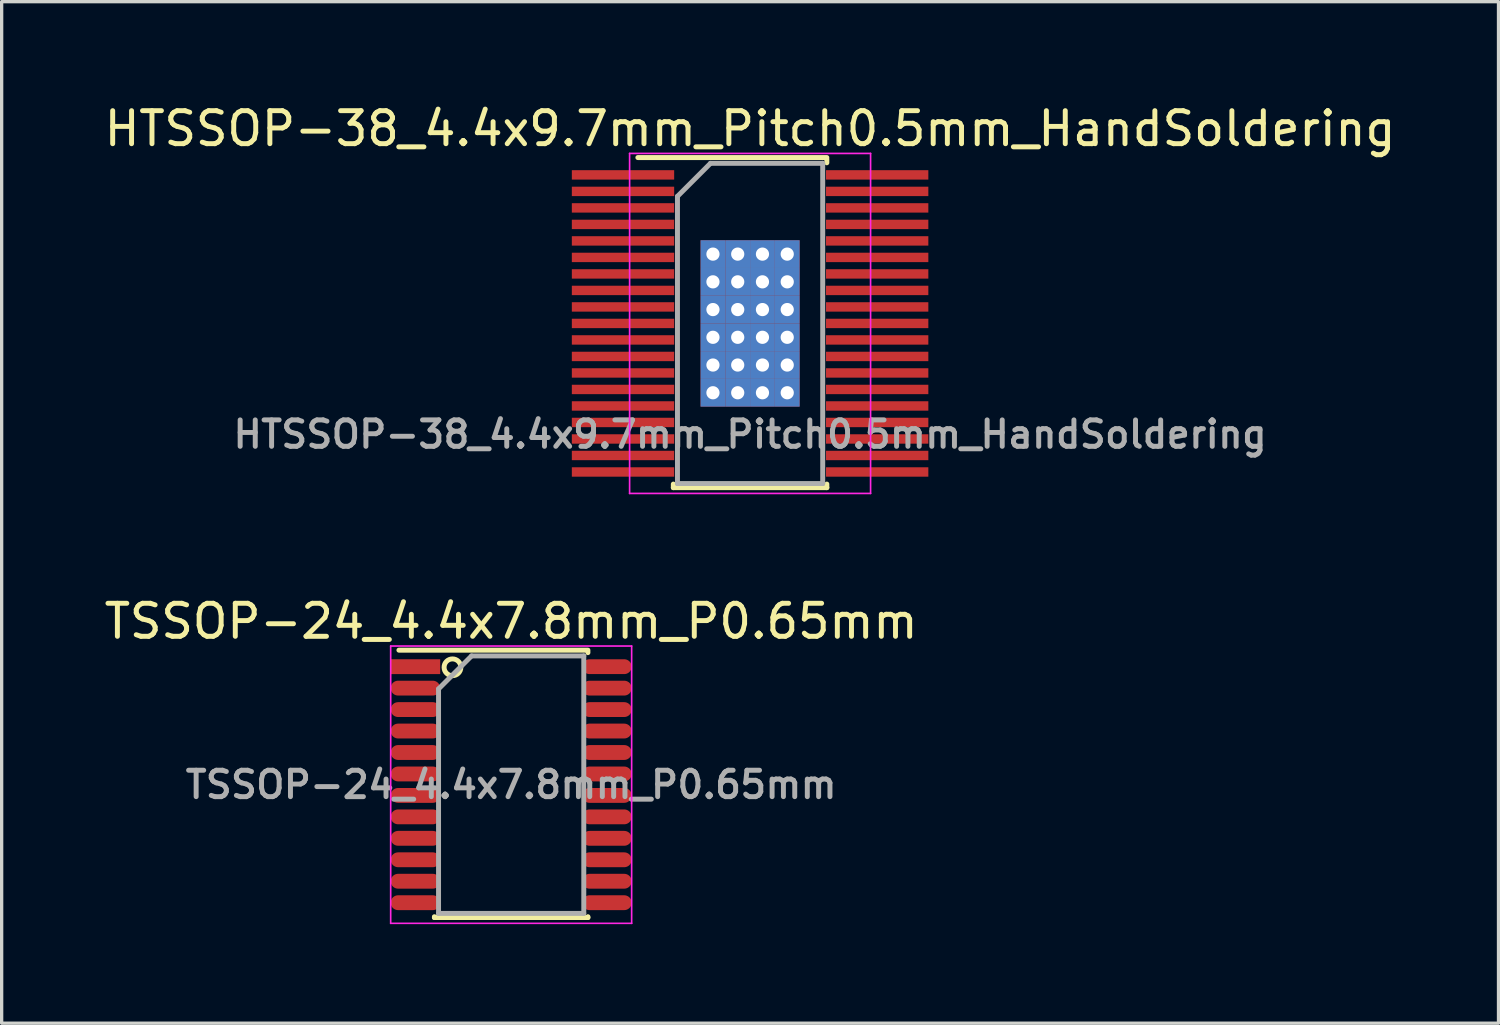
<source format=kicad_pcb>
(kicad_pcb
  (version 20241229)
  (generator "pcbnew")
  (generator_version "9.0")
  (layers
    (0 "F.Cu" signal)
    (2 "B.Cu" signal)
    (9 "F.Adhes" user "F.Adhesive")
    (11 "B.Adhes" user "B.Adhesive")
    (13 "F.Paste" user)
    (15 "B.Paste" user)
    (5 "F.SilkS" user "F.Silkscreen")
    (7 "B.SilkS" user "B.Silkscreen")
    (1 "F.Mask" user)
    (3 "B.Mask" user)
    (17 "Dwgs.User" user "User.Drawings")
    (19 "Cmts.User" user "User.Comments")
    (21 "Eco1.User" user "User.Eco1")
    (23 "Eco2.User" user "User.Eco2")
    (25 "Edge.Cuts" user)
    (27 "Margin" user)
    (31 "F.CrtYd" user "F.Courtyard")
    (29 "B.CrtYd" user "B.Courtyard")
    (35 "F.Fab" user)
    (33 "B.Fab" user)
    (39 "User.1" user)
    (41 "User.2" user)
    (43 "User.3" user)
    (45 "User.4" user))
  (footprint "HTSSOP-38_4.4x9.7mm_Pitch0.5mm_HandSoldering"
    (layer "F.Cu")
    (at 19.673 6.748)
    (property "Reference" "HTSSOP-38_4.4x9.7mm_Pitch0.5mm_HandSoldering" (at 0 -5.9 0) (layer "F.SilkS") (effects (font (size 1 1) (thickness 0.15))))
    (attr smd)
    (fp_line (start -3.4 -5.025) (end 2.325 -5.025) (stroke (width 0.15) (type solid)) (layer "F.SilkS"))
    (fp_line (start -2.325 4.975) (end -2.325 4.867) (stroke (width 0.15) (type solid)) (layer "F.SilkS"))
    (fp_line (start -2.325 4.975) (end 2.325 4.975) (stroke (width 0.15) (type solid)) (layer "F.SilkS"))
    (fp_line (start 2.325 -4.975) (end 2.325 -4.867) (stroke (width 0.15) (type solid)) (layer "F.SilkS"))
    (fp_line (start 2.325 4.975) (end 2.325 4.867) (stroke (width 0.15) (type solid)) (layer "F.SilkS"))
    (fp_line (start -3.65 -5.15) (end -3.65 5.15) (stroke (width 0.05) (type solid)) (layer "F.CrtYd"))
    (fp_line (start -3.65 -5.15) (end 3.65 -5.15) (stroke (width 0.05) (type solid)) (layer "F.CrtYd"))
    (fp_line (start -3.65 5.15) (end 3.65 5.15) (stroke (width 0.05) (type solid)) (layer "F.CrtYd"))
    (fp_line (start 3.65 -5.15) (end 3.65 5.15) (stroke (width 0.05) (type solid)) (layer "F.CrtYd"))
    (fp_line (start -2.2 -3.85) (end -1.2 -4.85) (stroke (width 0.15) (type solid)) (layer "F.Fab"))
    (fp_line (start -2.2 4.85) (end -2.2 -3.85) (stroke (width 0.15) (type solid)) (layer "F.Fab"))
    (fp_line (start -1.2 -4.85) (end 2.2 -4.85) (stroke (width 0.15) (type solid)) (layer "F.Fab"))
    (fp_line (start 2.2 -4.85) (end 2.2 4.85) (stroke (width 0.15) (type solid)) (layer "F.Fab"))
    (fp_line (start 2.2 4.85) (end -2.2 4.85) (stroke (width 0.15) (type solid)) (layer "F.Fab"))
    (fp_text user "${REFERENCE}" (at 0 3.36 0) (layer "F.Fab") (effects (font (size 0.8 0.8) (thickness 0.15))))
    (pad "1" smd rect (at -3.85 -4.5) (size 3.1 0.285) (layers "F.Cu" "F.Mask" "F.Paste"))
    (pad "2" smd rect (at -3.85 -4) (size 3.1 0.285) (layers "F.Cu" "F.Mask" "F.Paste"))
    (pad "3" smd rect (at -3.85 -3.5) (size 3.1 0.285) (layers "F.Cu" "F.Mask" "F.Paste"))
    (pad "4" smd rect (at -3.85 -3) (size 3.1 0.285) (layers "F.Cu" "F.Mask" "F.Paste"))
    (pad "5" smd rect (at -3.85 -2.5) (size 3.1 0.285) (layers "F.Cu" "F.Mask" "F.Paste"))
    (pad "6" smd rect (at -3.85 -2) (size 3.1 0.285) (layers "F.Cu" "F.Mask" "F.Paste"))
    (pad "7" smd rect (at -3.85 -1.5) (size 3.1 0.285) (layers "F.Cu" "F.Mask" "F.Paste"))
    (pad "8" smd rect (at -3.85 -1) (size 3.1 0.285) (layers "F.Cu" "F.Mask" "F.Paste"))
    (pad "9" smd rect (at -3.85 -0.5) (size 3.1 0.285) (layers "F.Cu" "F.Mask" "F.Paste"))
    (pad "10" smd rect (at -3.85 0) (size 3.1 0.285) (layers "F.Cu" "F.Mask" "F.Paste"))
    (pad "11" smd rect (at -3.85 0.5) (size 3.1 0.285) (layers "F.Cu" "F.Mask" "F.Paste"))
    (pad "12" smd rect (at -3.85 1) (size 3.1 0.285) (layers "F.Cu" "F.Mask" "F.Paste"))
    (pad "13" smd rect (at -3.85 1.5) (size 3.1 0.285) (layers "F.Cu" "F.Mask" "F.Paste"))
    (pad "14" smd rect (at -3.85 2) (size 3.1 0.285) (layers "F.Cu" "F.Mask" "F.Paste"))
    (pad "15" smd rect (at -3.85 2.5) (size 3.1 0.285) (layers "F.Cu" "F.Mask" "F.Paste"))
    (pad "16" smd rect (at -3.85 3) (size 3.1 0.285) (layers "F.Cu" "F.Mask" "F.Paste"))
    (pad "17" smd rect (at -3.85 3.5) (size 3.1 0.285) (layers "F.Cu" "F.Mask" "F.Paste"))
    (pad "18" smd rect (at -3.85 4) (size 3.1 0.285) (layers "F.Cu" "F.Mask" "F.Paste"))
    (pad "19" smd rect (at -3.85 4.5) (size 3.1 0.285) (layers "F.Cu" "F.Mask" "F.Paste"))
    (pad "20" smd rect (at 3.85 4.5) (size 3.1 0.285) (layers "F.Cu" "F.Mask" "F.Paste"))
    (pad "21" smd rect (at 3.85 4) (size 3.1 0.285) (layers "F.Cu" "F.Mask" "F.Paste"))
    (pad "22" smd rect (at 3.85 3.5) (size 3.1 0.285) (layers "F.Cu" "F.Mask" "F.Paste"))
    (pad "23" smd rect (at 3.85 3) (size 3.1 0.285) (layers "F.Cu" "F.Mask" "F.Paste"))
    (pad "24" smd rect (at 3.85 2.5) (size 3.1 0.285) (layers "F.Cu" "F.Mask" "F.Paste"))
    (pad "25" smd rect (at 3.85 2) (size 3.1 0.285) (layers "F.Cu" "F.Mask" "F.Paste"))
    (pad "26" smd rect (at 3.85 1.5) (size 3.1 0.285) (layers "F.Cu" "F.Mask" "F.Paste"))
    (pad "27" smd rect (at 3.85 1) (size 3.1 0.285) (layers "F.Cu" "F.Mask" "F.Paste"))
    (pad "28" smd rect (at 3.85 0.5) (size 3.1 0.285) (layers "F.Cu" "F.Mask" "F.Paste"))
    (pad "29" smd rect (at 3.85 0) (size 3.1 0.285) (layers "F.Cu" "F.Mask" "F.Paste"))
    (pad "30" smd rect (at 3.85 -0.5) (size 3.1 0.285) (layers "F.Cu" "F.Mask" "F.Paste"))
    (pad "31" smd rect (at 3.85 -1) (size 3.1 0.285) (layers "F.Cu" "F.Mask" "F.Paste"))
    (pad "32" smd rect (at 3.85 -1.5) (size 3.1 0.285) (layers "F.Cu" "F.Mask" "F.Paste"))
    (pad "33" smd rect (at 3.85 -2) (size 3.1 0.285) (layers "F.Cu" "F.Mask" "F.Paste"))
    (pad "34" smd rect (at 3.85 -2.5) (size 3.1 0.285) (layers "F.Cu" "F.Mask" "F.Paste"))
    (pad "35" smd rect (at 3.85 -3) (size 3.1 0.285) (layers "F.Cu" "F.Mask" "F.Paste"))
    (pad "36" smd rect (at 3.85 -3.5) (size 3.1 0.285) (layers "F.Cu" "F.Mask" "F.Paste"))
    (pad "37" smd rect (at 3.85 -4) (size 3.1 0.285) (layers "F.Cu" "F.Mask" "F.Paste"))
    (pad "38" smd rect (at 3.85 -4.5) (size 3.1 0.285) (layers "F.Cu" "F.Mask" "F.Paste"))
    (pad "39" thru_hole rect (at -1.125 -2.1) (size 0.75 0.84) (drill 0.4) (layers "*.Cu" "*.Mask"))
    (pad "39" thru_hole rect (at -1.125 -1.26) (size 0.75 0.84) (drill 0.4) (layers "*.Cu" "*.Mask"))
    (pad "39" thru_hole rect (at -1.125 -0.42) (size 0.75 0.84) (drill 0.4) (layers "*.Cu" "*.Mask"))
    (pad "39" thru_hole rect (at -1.125 0.42) (size 0.75 0.84) (drill 0.4) (layers "*.Cu" "*.Mask"))
    (pad "39" thru_hole rect (at -1.125 1.26) (size 0.75 0.84) (drill 0.4) (layers "*.Cu" "*.Mask"))
    (pad "39" thru_hole rect (at -1.125 2.1) (size 0.75 0.84) (drill 0.4) (layers "*.Cu" "*.Mask"))
    (pad "39" thru_hole rect (at -0.375 -2.1) (size 0.75 0.84) (drill 0.4) (layers "*.Cu" "*.Mask"))
    (pad "39" thru_hole rect (at -0.375 -1.26) (size 0.75 0.84) (drill 0.4) (layers "*.Cu" "*.Mask"))
    (pad "39" thru_hole rect (at -0.375 -0.42) (size 0.75 0.84) (drill 0.4) (layers "*.Cu" "*.Mask"))
    (pad "39" thru_hole rect (at -0.375 0.42) (size 0.75 0.84) (drill 0.4) (layers "*.Cu" "*.Mask"))
    (pad "39" thru_hole rect (at -0.375 1.26) (size 0.75 0.84) (drill 0.4) (layers "*.Cu" "*.Mask"))
    (pad "39" thru_hole rect (at -0.375 2.1) (size 0.75 0.84) (drill 0.4) (layers "*.Cu" "*.Mask"))
    (pad "39" thru_hole rect (at 0.375 -2.1) (size 0.75 0.84) (drill 0.4) (layers "*.Cu" "*.Mask"))
    (pad "39" thru_hole rect (at 0.375 -1.26) (size 0.75 0.84) (drill 0.4) (layers "*.Cu" "*.Mask"))
    (pad "39" thru_hole rect (at 0.375 -0.42) (size 0.75 0.84) (drill 0.4) (layers "*.Cu" "*.Mask"))
    (pad "39" thru_hole rect (at 0.375 0.42) (size 0.75 0.84) (drill 0.4) (layers "*.Cu" "*.Mask"))
    (pad "39" thru_hole rect (at 0.375 1.26) (size 0.75 0.84) (drill 0.4) (layers "*.Cu" "*.Mask"))
    (pad "39" thru_hole rect (at 0.375 2.1) (size 0.75 0.84) (drill 0.4) (layers "*.Cu" "*.Mask"))
    (pad "39" thru_hole rect (at 1.125 -2.1) (size 0.75 0.84) (drill 0.4) (layers "*.Cu" "*.Mask"))
    (pad "39" thru_hole rect (at 1.125 -1.26) (size 0.75 0.84) (drill 0.4) (layers "*.Cu" "*.Mask"))
    (pad "39" thru_hole rect (at 1.125 -0.42) (size 0.75 0.84) (drill 0.4) (layers "*.Cu" "*.Mask"))
    (pad "39" thru_hole rect (at 1.125 0.42) (size 0.75 0.84) (drill 0.4) (layers "*.Cu" "*.Mask"))
    (pad "39" thru_hole rect (at 1.125 1.26) (size 0.75 0.84) (drill 0.4) (layers "*.Cu" "*.Mask"))
    (pad "39" thru_hole rect (at 1.125 2.1) (size 0.75 0.84) (drill 0.4) (layers "*.Cu" "*.Mask")))
  (footprint "TSSOP-24_4.4x7.8mm_P0.65mm"
    (layer "F.Cu")
    (at 12.435 20.721)
    (property "Reference" "TSSOP-24_4.4x7.8mm_P0.65mm" (at 0 -4.95 0) (layer "F.SilkS") (effects (font (size 1 1) (thickness 0.15))))
    (attr smd)
    (fp_line (start -3.4 -4.075) (end 2.325 -4.075) (stroke (width 0.15) (type solid)) (layer "F.SilkS"))
    (fp_line (start -2.325 4.025) (end -2.325 4) (stroke (width 0.15) (type solid)) (layer "F.SilkS"))
    (fp_line (start -2.325 4.025) (end 2.325 4.025) (stroke (width 0.15) (type solid)) (layer "F.SilkS"))
    (fp_line (start 2.325 -4.025) (end 2.325 -4) (stroke (width 0.15) (type solid)) (layer "F.SilkS"))
    (fp_line (start 2.325 4.025) (end 2.325 4) (stroke (width 0.15) (type solid)) (layer "F.SilkS"))
    (fp_circle (center -1.778 -3.556) (end -1.524 -3.556) (stroke (width 0.15) (type solid)) (fill no) (layer "F.SilkS"))
    (fp_line (start -3.65 -4.2) (end -3.65 4.2) (stroke (width 0.05) (type solid)) (layer "F.CrtYd"))
    (fp_line (start -3.65 -4.2) (end 3.65 -4.2) (stroke (width 0.05) (type solid)) (layer "F.CrtYd"))
    (fp_line (start -3.65 4.2) (end 3.65 4.2) (stroke (width 0.05) (type solid)) (layer "F.CrtYd"))
    (fp_line (start 3.65 -4.2) (end 3.65 4.2) (stroke (width 0.05) (type solid)) (layer "F.CrtYd"))
    (fp_line (start -2.2 -2.9) (end -1.2 -3.9) (stroke (width 0.15) (type solid)) (layer "F.Fab"))
    (fp_line (start -2.2 3.9) (end -2.2 -2.9) (stroke (width 0.15) (type solid)) (layer "F.Fab"))
    (fp_line (start -1.2 -3.9) (end 2.2 -3.9) (stroke (width 0.15) (type solid)) (layer "F.Fab"))
    (fp_line (start 2.2 -3.9) (end 2.2 3.9) (stroke (width 0.15) (type solid)) (layer "F.Fab"))
    (fp_line (start 2.2 3.9) (end -2.2 3.9) (stroke (width 0.15) (type solid)) (layer "F.Fab"))
    (fp_text user "${REFERENCE}" (at 0 0 0) (layer "F.Fab") (effects (font (size 0.8 0.8) (thickness 0.15))))
    (pad "1" smd rect (at -2.9 -3.575) (size 1.5 0.45) (layers "F.Cu" "F.Mask" "F.Paste"))
    (pad "2" smd oval (at -2.9 -2.925) (size 1.5 0.45) (layers "F.Cu" "F.Mask" "F.Paste"))
    (pad "3" smd oval (at -2.9 -2.275) (size 1.5 0.45) (layers "F.Cu" "F.Mask" "F.Paste"))
    (pad "4" smd oval (at -2.9 -1.625) (size 1.5 0.45) (layers "F.Cu" "F.Mask" "F.Paste"))
    (pad "5" smd oval (at -2.9 -0.975) (size 1.5 0.45) (layers "F.Cu" "F.Mask" "F.Paste"))
    (pad "6" smd oval (at -2.9 -0.325) (size 1.5 0.45) (layers "F.Cu" "F.Mask" "F.Paste"))
    (pad "7" smd oval (at -2.9 0.325) (size 1.5 0.45) (layers "F.Cu" "F.Mask" "F.Paste"))
    (pad "8" smd oval (at -2.9 0.975) (size 1.5 0.45) (layers "F.Cu" "F.Mask" "F.Paste"))
    (pad "9" smd oval (at -2.9 1.625) (size 1.5 0.45) (layers "F.Cu" "F.Mask" "F.Paste"))
    (pad "10" smd oval (at -2.9 2.275) (size 1.5 0.45) (layers "F.Cu" "F.Mask" "F.Paste"))
    (pad "11" smd oval (at -2.9 2.925) (size 1.5 0.45) (layers "F.Cu" "F.Mask" "F.Paste"))
    (pad "12" smd oval (at -2.9 3.575) (size 1.5 0.45) (layers "F.Cu" "F.Mask" "F.Paste"))
    (pad "13" smd oval (at 2.9 3.575) (size 1.5 0.45) (layers "F.Cu" "F.Mask" "F.Paste"))
    (pad "14" smd oval (at 2.9 2.925) (size 1.5 0.45) (layers "F.Cu" "F.Mask" "F.Paste"))
    (pad "15" smd oval (at 2.9 2.275) (size 1.5 0.45) (layers "F.Cu" "F.Mask" "F.Paste"))
    (pad "16" smd oval (at 2.9 1.625) (size 1.5 0.45) (layers "F.Cu" "F.Mask" "F.Paste"))
    (pad "17" smd oval (at 2.9 0.975) (size 1.5 0.45) (layers "F.Cu" "F.Mask" "F.Paste"))
    (pad "18" smd oval (at 2.9 0.325) (size 1.5 0.45) (layers "F.Cu" "F.Mask" "F.Paste"))
    (pad "19" smd oval (at 2.9 -0.325) (size 1.5 0.45) (layers "F.Cu" "F.Mask" "F.Paste"))
    (pad "20" smd oval (at 2.9 -0.975) (size 1.5 0.45) (layers "F.Cu" "F.Mask" "F.Paste"))
    (pad "21" smd oval (at 2.9 -1.625) (size 1.5 0.45) (layers "F.Cu" "F.Mask" "F.Paste"))
    (pad "22" smd oval (at 2.9 -2.275) (size 1.5 0.45) (layers "F.Cu" "F.Mask" "F.Paste"))
    (pad "23" smd oval (at 2.9 -2.925) (size 1.5 0.45) (layers "F.Cu" "F.Mask" "F.Paste"))
    (pad "24" smd oval (at 2.9 -3.575) (size 1.5 0.45) (layers "F.Cu" "F.Mask" "F.Paste")))
  (gr_rect
    (start -3 -3)
    (end 42.345 27.947)
    (stroke (width 0.1) (type default))
    (fill no)
    (layer "Edge.Cuts")))
</source>
